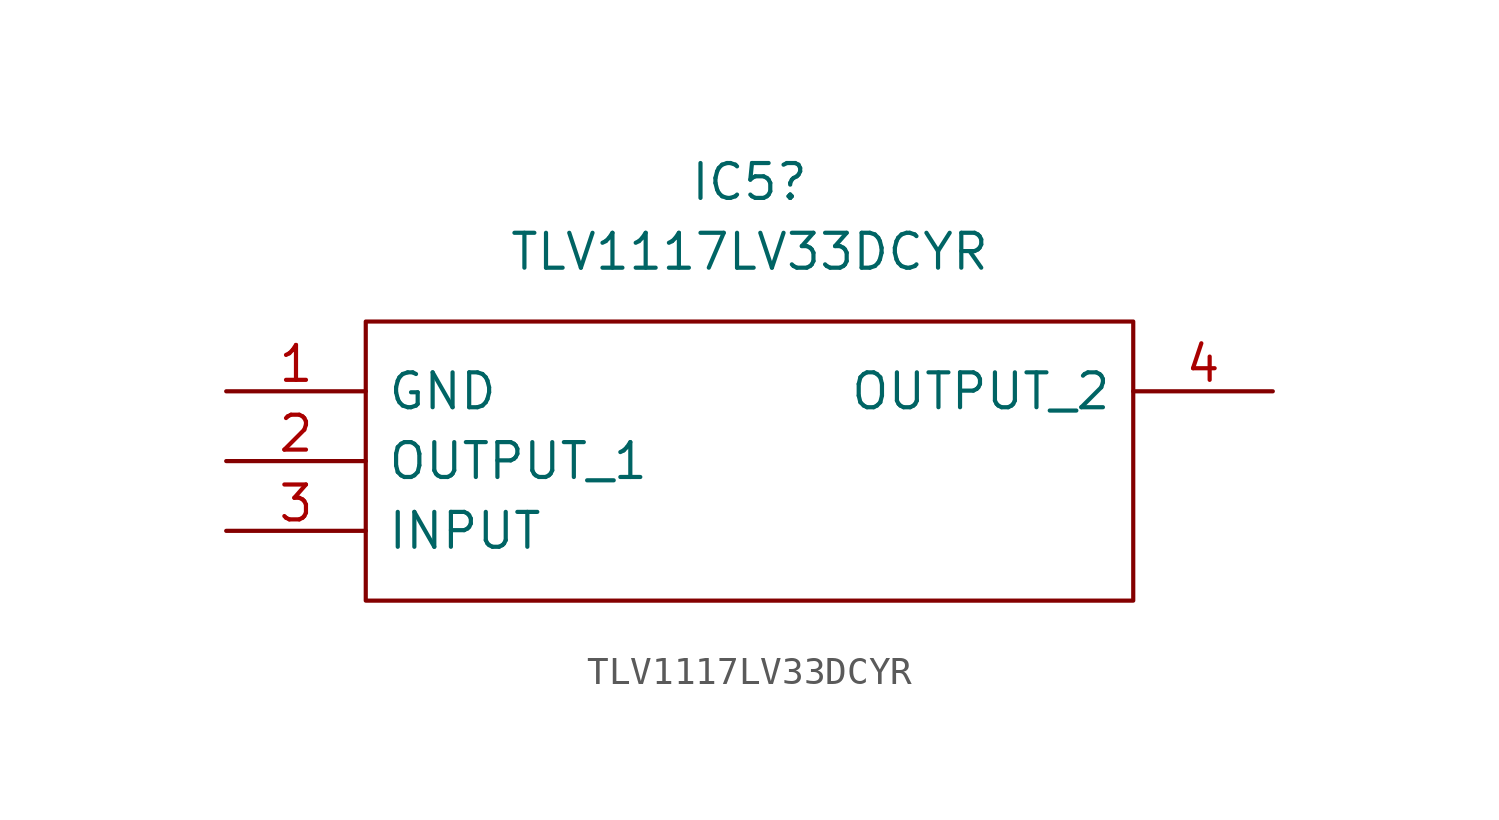
<source format=kicad_sym>
(kicad_symbol_lib
  (version 20231120)
  (generator "kicad_symbol_editor")
  (generator_version "8.0")
  (symbol "TLV1117LV33DCYR"
    (pin_names
      (offset 0.762))
    (property "Reference" "IC5"
      (at 19.05 7.62 0)
      (effects (font (size 1.27 1.27))))
    (property "Value" "TLV1117LV33DCYR"
      (at 19.05 5.08 0)
      (effects (font (size 1.27 1.27))))
    (symbol "TLV1117LV33DCYR_0_0"
      (pin passive line (at 0 0 0) (length 5.08) (name "GND" (effects (font (size 1.27 1.27)))) (number "1" (effects (font (size 1.27 1.27)))))
      (pin passive line (at 0 -2.54 0) (length 5.08) (name "OUTPUT_1" (effects (font (size 1.27 1.27)))) (number "2" (effects (font (size 1.27 1.27)))))
      (pin passive line (at 0 -5.08 0) (length 5.08) (name "INPUT" (effects (font (size 1.27 1.27)))) (number "3" (effects (font (size 1.27 1.27)))))
      (pin passive line (at 38.1 0 180) (length 5.08) (name "OUTPUT_2" (effects (font (size 1.27 1.27)))) (number "4" (effects (font (size 1.27 1.27))))))
    (symbol "TLV1117LV33DCYR_0_1"
      (polyline (pts (xy 5.08 2.54) (xy 33.02 2.54) (xy 33.02 -7.62) (xy 5.08 -7.62) (xy 5.08 2.54)) (stroke (width 0.152) (type solid)) (fill (type none))))))
</source>
